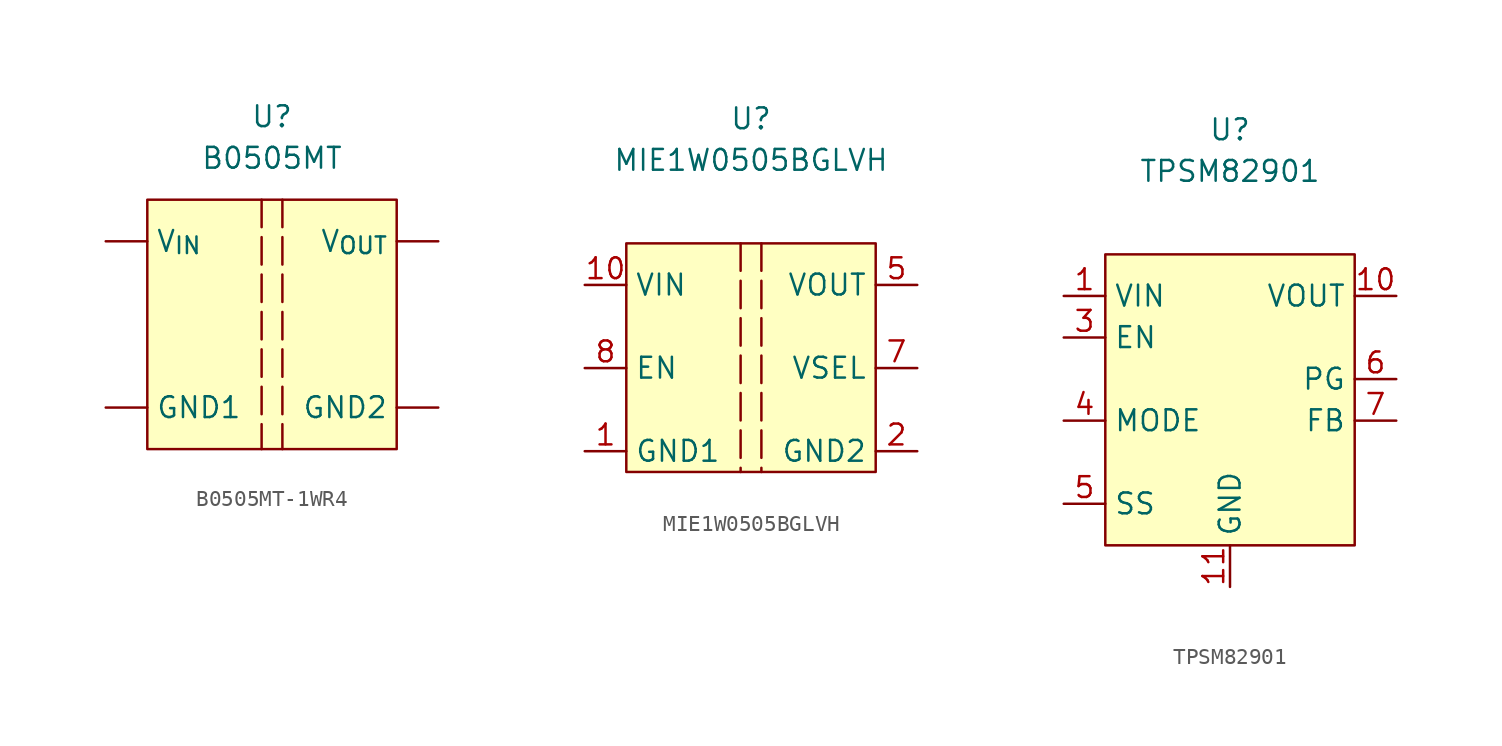
<source format=kicad_sym>
(kicad_symbol_lib
  (version 20231120)
  (generator "kicad_symbol_editor")
  (generator_version "8.0")
  (symbol "B0505MT-1WR4"
    (pin_numbers hide)
    (property "Reference" "U"
      (at 0 12.7 0)
      (effects (font (size 1.27 1.27))))
    (property "Value" "B0505MT"
      (at 0 10.16 0)
      (effects (font (size 1.27 1.27))))
    (symbol "B0505MT-1WR4_0_0"
      (pin power_in line (at -10.16 5.08 0) (length 2.54) (name "V_{IN}" (effects (font (size 1.27 1.27)))) (number "14" (effects (font (size 1.27 1.27)))))
      (pin power_out line (at 10.16 -5.08 180) (length 2.54) (name "GND2" (effects (font (size 1.27 1.27)))) (number "7" (effects (font (size 1.27 1.27)))))
      (pin power_out line (at 10.16 5.08 180) (length 2.54) (name "V_{OUT}" (effects (font (size 1.27 1.27)))) (number "8" (effects (font (size 1.27 1.27))))))
    (symbol "B0505MT-1WR4_1_0"
      (pin power_in line (at -10.16 -5.08 0) (length 2.54) (name "GND1" (effects (font (size 1.27 1.27)))) (number "1" (effects (font (size 1.27 1.27)))))
      (pin passive line (at -10.16 5.08 0) (length 2.54) hide (name "V_{IN}" (effects (font (size 1.27 1.27)))) (number "13" (effects (font (size 1.27 1.27)))))
      (pin passive line (at -10.16 -5.08 0) (length 2.54) hide (name "GND1" (effects (font (size 1.27 1.27)))) (number "2" (effects (font (size 1.27 1.27)))))
      (pin passive line (at 10.16 -5.08 180) (length 2.54) hide (name "GND2" (effects (font (size 1.27 1.27)))) (number "6" (effects (font (size 1.27 1.27))))))
    (symbol "B0505MT-1WR4_1_1"
      (rectangle (start -7.62 7.62) (end 7.62 -7.62) (stroke (width 0) (type default)) (fill (type background)))
      (polyline (pts (xy -0.635 7.62) (xy -0.635 -7.62)) (stroke (width 0) (type dash)) (fill (type none)))
      (polyline (pts (xy 0.635 7.62) (xy 0.635 -7.62)) (stroke (width 0) (type dash)) (fill (type none)))))
  (symbol "MIE1W0505BGLVH"
    (property "Reference" "U"
      (at 0 15.24 0)
      (effects (font (size 1.27 1.27))))
    (property "Value" "MIE1W0505BGLVH"
      (at 0 12.7 0)
      (effects (font (size 1.27 1.27))))
    (symbol "MIE1W0505BGLVH_0_0"
      (pin power_in line (at -10.16 -5.08 0) (length 2.54) (name "GND1" (effects (font (size 1.27 1.27)))) (number "1" (effects (font (size 1.27 1.27)))))
      (pin power_in line (at -10.16 5.08 0) (length 2.54) (name "VIN" (effects (font (size 1.27 1.27)))) (number "10" (effects (font (size 1.27 1.27)))))
      (pin power_out line (at 10.16 -5.08 180) (length 2.54) (name "GND2" (effects (font (size 1.27 1.27)))) (number "2" (effects (font (size 1.27 1.27)))))
      (pin power_out line (at 10.16 5.08 180) (length 2.54) (name "VOUT" (effects (font (size 1.27 1.27)))) (number "5" (effects (font (size 1.27 1.27)))))
      (pin input line (at 10.16 0 180) (length 2.54) (name "VSEL" (effects (font (size 1.27 1.27)))) (number "7" (effects (font (size 1.27 1.27)))))
      (pin input line (at -10.16 0 0) (length 2.54) (name "EN" (effects (font (size 1.27 1.27)))) (number "8" (effects (font (size 1.27 1.27))))))
    (symbol "MIE1W0505BGLVH_1_0"
      (pin passive line (at -10.16 -5.08 0) (length 2.54) hide (name "GND1" (effects (font (size 1.27 1.27)))) (number "11" (effects (font (size 1.27 1.27)))))
      (pin passive line (at -10.16 -5.08 0) (length 2.54) hide (name "GND1" (effects (font (size 1.27 1.27)))) (number "12" (effects (font (size 1.27 1.27)))))
      (pin passive line (at 10.16 -5.08 180) (length 2.54) hide (name "GND2" (effects (font (size 1.27 1.27)))) (number "3" (effects (font (size 1.27 1.27)))))
      (pin passive line (at 10.16 -5.08 180) (length 2.54) hide (name "GND2" (effects (font (size 1.27 1.27)))) (number "4" (effects (font (size 1.27 1.27)))))
      (pin passive line (at 10.16 5.08 180) (length 2.54) hide (name "VOUT" (effects (font (size 1.27 1.27)))) (number "6" (effects (font (size 1.27 1.27)))))
      (pin passive line (at -10.16 5.08 0) (length 2.54) hide (name "VIN" (effects (font (size 1.27 1.27)))) (number "9" (effects (font (size 1.27 1.27))))))
    (symbol "MIE1W0505BGLVH_1_1"
      (rectangle (start -7.62 7.62) (end 7.62 -6.35) (stroke (width 0) (type default)) (fill (type background)))
      (polyline (pts (xy -0.635 7.62) (xy -0.635 -6.35)) (stroke (width 0) (type dash)) (fill (type none)))
      (polyline (pts (xy 0.635 7.62) (xy 0.635 -6.35)) (stroke (width 0) (type dash)) (fill (type none)))))
  (symbol "TPSM82901"
    (property "Reference" "U"
      (at 0 15.24 0)
      (effects (font (size 1.27 1.27))))
    (property "Value" "TPSM82901"
      (at 0 12.7 0)
      (effects (font (size 1.27 1.27))))
    (symbol "TPSM82901_0_0"
      (pin power_in line (at -10.16 5.08 0) (length 2.54) (name "VIN" (effects (font (size 1.27 1.27)))) (number "1" (effects (font (size 1.27 1.27)))))
      (pin power_out line (at 10.16 5.08 180) (length 2.54) (name "VOUT" (effects (font (size 1.27 1.27)))) (number "10" (effects (font (size 1.27 1.27)))))
      (pin power_in line (at 0 -12.7 90) (length 2.54) (name "GND" (effects (font (size 1.27 1.27)))) (number "11" (effects (font (size 1.27 1.27)))))
      (pin input line (at -10.16 2.54 0) (length 2.54) (name "EN" (effects (font (size 1.27 1.27)))) (number "3" (effects (font (size 1.27 1.27))))))
    (symbol "TPSM82901_1_0"
      (pin passive line (at -10.16 5.08 0) (length 2.54) hide (name "VIN" (effects (font (size 1.27 1.27)))) (number "2" (effects (font (size 1.27 1.27)))))
      (pin input line (at -10.16 -2.54 0) (length 2.54) (name "MODE" (effects (font (size 1.27 1.27)))) (number "4" (effects (font (size 1.27 1.27)))) (alternate "S-CONF" input line))
      (pin input line (at -10.16 -7.62 0) (length 2.54) (name "SS" (effects (font (size 1.27 1.27)))) (number "5" (effects (font (size 1.27 1.27)))) (alternate "TR" input line))
      (pin open_collector line (at 10.16 0 180) (length 2.54) (name "PG" (effects (font (size 1.27 1.27)))) (number "6" (effects (font (size 1.27 1.27)))))
      (pin input line (at 10.16 -2.54 180) (length 2.54) (name "FB" (effects (font (size 1.27 1.27)))) (number "7" (effects (font (size 1.27 1.27)))) (alternate "VSET" input line))
      (pin no_connect line (at 2.54 -10.16 90) (length 2.54) hide (name "SW" (effects (font (size 1.27 1.27)))) (number "8" (effects (font (size 1.27 1.27)))))
      (pin passive line (at 10.16 5.08 180) (length 2.54) hide (name "VOUT" (effects (font (size 1.27 1.27)))) (number "9" (effects (font (size 1.27 1.27))))))
    (symbol "TPSM82901_1_1"
      (rectangle (start -7.62 7.62) (end 7.62 -10.16) (stroke (width 0) (type default)) (fill (type background))))))
</source>
